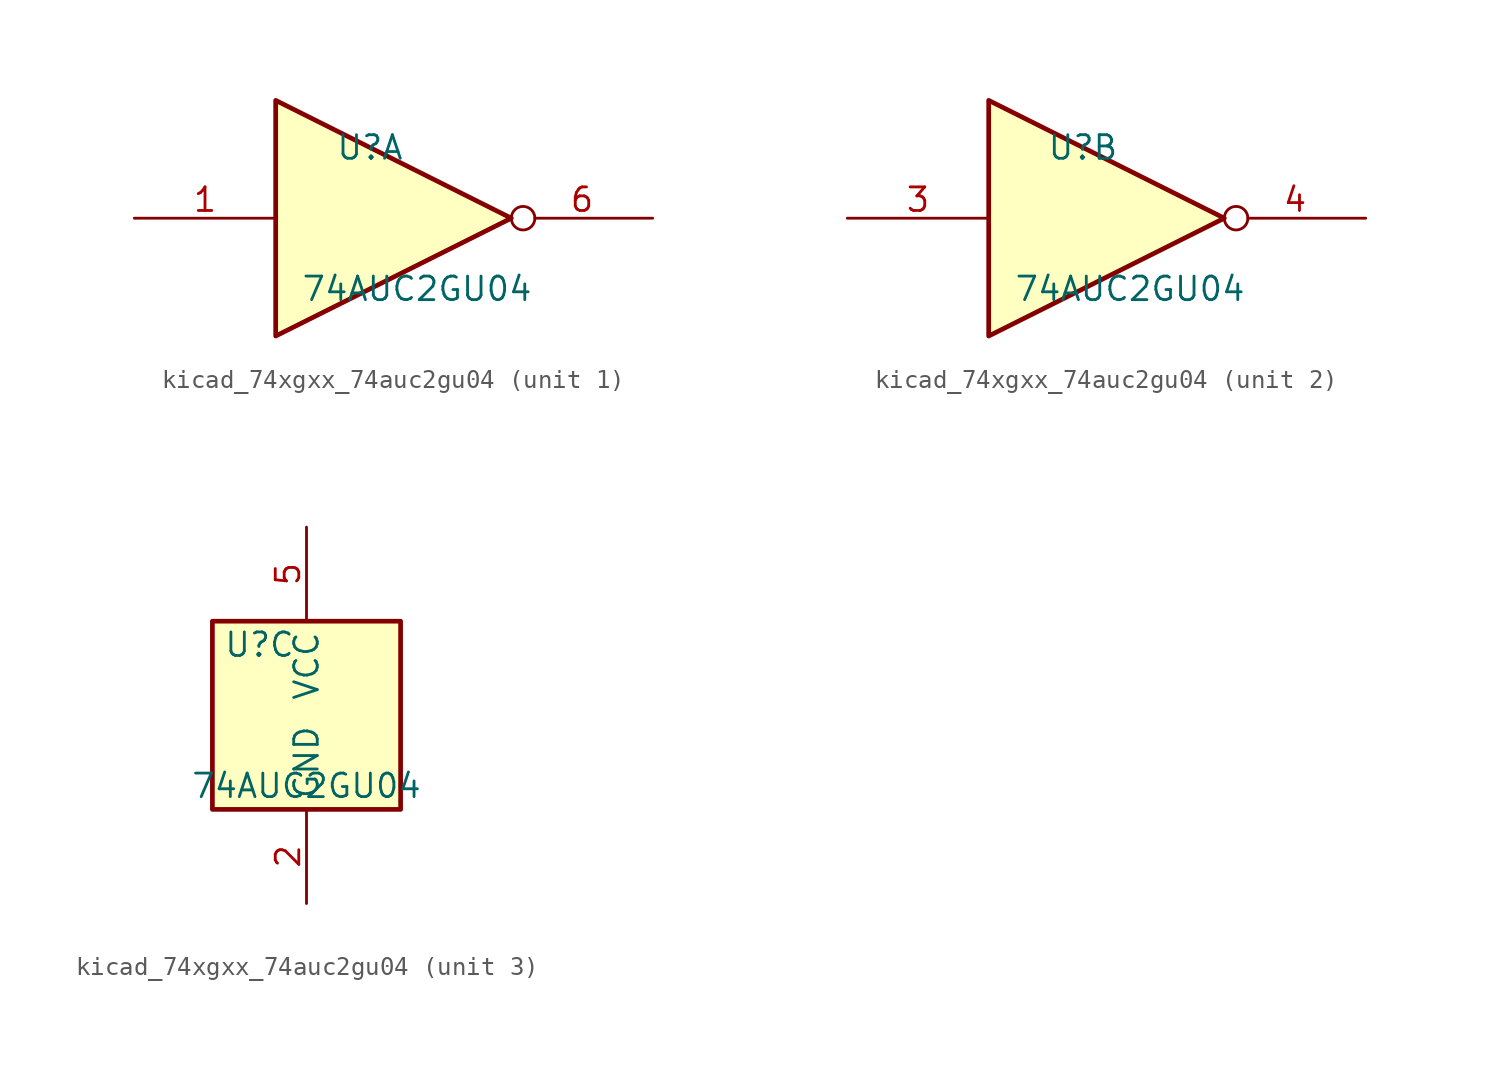
<source format=kicad_sym>
(kicad_symbol_lib
  (version 20220914)
  (generator kicad_symbol_editor)
  (symbol "kicad_74xgxx_74auc2gu04"
    (property "Reference" "U"
      (at -2.54 3.81 0)
      (effects (font (size 1.27 1.27))))
    (property "Value" "74AUC2GU04"
      (at 0 -3.81 0)
      (effects (font (size 1.27 1.27))))
    (symbol "kicad_74xgxx_74auc2gu04_1_1"
      (polyline (pts (xy -7.62 6.35) (xy -7.62 -6.35) (xy 5.08 0) (xy -7.62 6.35)) (stroke (width 0.254) (type default)) (fill (type background)))
      (pin input line (at -15.24 0 0) (length 7.62) (name "~" (effects (font (size 1.27 1.27)))) (number "1" (effects (font (size 1.27 1.27)))))
      (pin output inverted (at 12.7 0 180) (length 7.62) (name "~" (effects (font (size 1.27 1.27)))) (number "6" (effects (font (size 1.27 1.27))))))
    (symbol "kicad_74xgxx_74auc2gu04_2_1"
      (polyline (pts (xy -7.62 6.35) (xy -7.62 -6.35) (xy 5.08 0) (xy -7.62 6.35)) (stroke (width 0.254) (type default)) (fill (type background)))
      (pin input line (at -15.24 0 0) (length 7.62) (name "~" (effects (font (size 1.27 1.27)))) (number "3" (effects (font (size 1.27 1.27)))))
      (pin output inverted (at 12.7 0 180) (length 7.62) (name "~" (effects (font (size 1.27 1.27)))) (number "4" (effects (font (size 1.27 1.27))))))
    (symbol "kicad_74xgxx_74auc2gu04_3_0"
      (rectangle (start -5.08 -5.08) (end 5.08 5.08) (stroke (width 0.254) (type default)) (fill (type background))))
    (symbol "kicad_74xgxx_74auc2gu04_3_1"
      (pin power_in line (at 0 -10.16 90) (length 5.08) (name "GND" (effects (font (size 1.27 1.27)))) (number "2" (effects (font (size 1.27 1.27)))))
      (pin power_in line (at 0 10.16 270) (length 5.08) (name "VCC" (effects (font (size 1.27 1.27)))) (number "5" (effects (font (size 1.27 1.27))))))))
</source>
